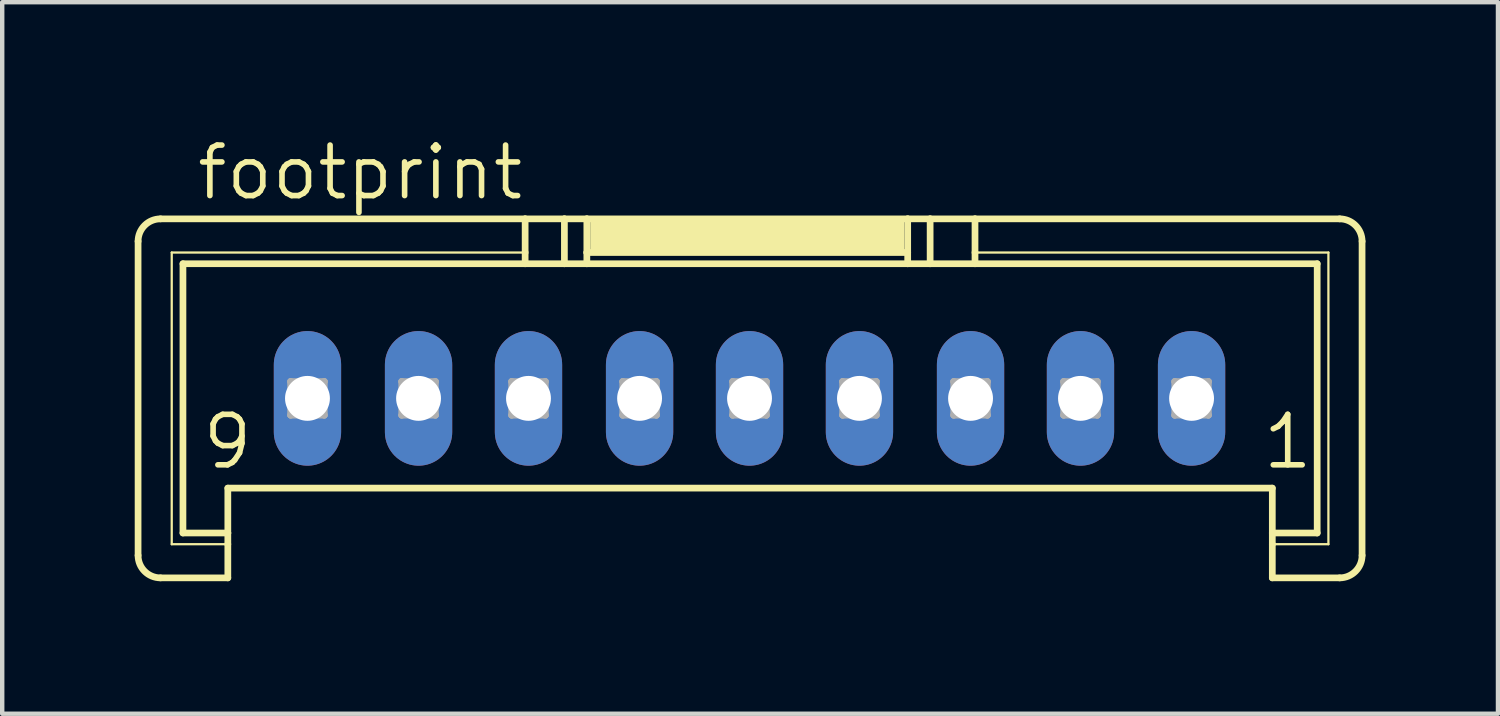
<source format=kicad_pcb>
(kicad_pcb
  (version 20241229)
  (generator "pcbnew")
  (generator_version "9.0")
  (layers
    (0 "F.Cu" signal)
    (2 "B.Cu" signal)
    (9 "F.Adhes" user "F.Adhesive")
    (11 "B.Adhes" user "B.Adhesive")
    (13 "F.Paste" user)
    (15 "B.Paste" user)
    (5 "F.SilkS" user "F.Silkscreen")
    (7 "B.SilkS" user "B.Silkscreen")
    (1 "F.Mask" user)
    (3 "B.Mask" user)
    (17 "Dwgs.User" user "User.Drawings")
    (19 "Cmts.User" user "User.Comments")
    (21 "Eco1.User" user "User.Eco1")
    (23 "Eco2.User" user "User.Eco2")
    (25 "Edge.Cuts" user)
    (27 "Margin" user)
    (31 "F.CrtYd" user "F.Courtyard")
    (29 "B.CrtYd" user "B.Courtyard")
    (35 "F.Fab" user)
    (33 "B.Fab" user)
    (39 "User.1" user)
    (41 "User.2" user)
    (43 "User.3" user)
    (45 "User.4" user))
  (footprint "footprint"
    (layer "F.Cu")
    (at 13.919 3.429)
    (property "Reference" "footprint" (at -12.573 -1.905 0) (layer "F.SilkS") (effects (font (size 1.143 1.143) (thickness 0.127)) (justify left bottom)))
    (fp_line (start -13.843 6.096) (end -13.843 -1.016) (stroke (width 0.152) (type solid)) (layer "F.SilkS"))
    (fp_line (start -13.335 -1.524) (end -5.08 -1.524) (stroke (width 0.152) (type solid)) (layer "F.SilkS"))
    (fp_line (start -13.081 -0.762) (end -5.08 -0.762) (stroke (width 0.051) (type solid)) (layer "F.SilkS"))
    (fp_line (start -13.081 5.842) (end -13.081 -0.762) (stroke (width 0.051) (type solid)) (layer "F.SilkS"))
    (fp_line (start -12.827 -0.508) (end -5.08 -0.508) (stroke (width 0.152) (type solid)) (layer "F.SilkS"))
    (fp_line (start -12.827 5.588) (end -12.827 -0.508) (stroke (width 0.152) (type solid)) (layer "F.SilkS"))
    (fp_line (start -11.811 5.588) (end -12.827 5.588) (stroke (width 0.152) (type solid)) (layer "F.SilkS"))
    (fp_line (start -11.811 5.588) (end -11.811 4.572) (stroke (width 0.152) (type solid)) (layer "F.SilkS"))
    (fp_line (start -11.811 5.588) (end -11.811 5.842) (stroke (width 0.152) (type solid)) (layer "F.SilkS"))
    (fp_line (start -11.811 5.842) (end -13.081 5.842) (stroke (width 0.051) (type solid)) (layer "F.SilkS"))
    (fp_line (start -11.811 5.842) (end -11.811 6.604) (stroke (width 0.152) (type solid)) (layer "F.SilkS"))
    (fp_line (start -11.811 6.604) (end -13.335 6.604) (stroke (width 0.152) (type solid)) (layer "F.SilkS"))
    (fp_line (start -5.08 -1.524) (end -5.08 -0.762) (stroke (width 0.152) (type solid)) (layer "F.SilkS"))
    (fp_line (start -5.08 -1.524) (end -4.191 -1.524) (stroke (width 0.152) (type solid)) (layer "F.SilkS"))
    (fp_line (start -5.08 -0.762) (end -5.08 -0.508) (stroke (width 0.152) (type solid)) (layer "F.SilkS"))
    (fp_line (start -5.08 -0.508) (end -4.191 -0.508) (stroke (width 0.152) (type solid)) (layer "F.SilkS"))
    (fp_line (start -4.191 -1.524) (end -4.191 -0.508) (stroke (width 0.152) (type solid)) (layer "F.SilkS"))
    (fp_line (start -4.191 -1.524) (end -3.683 -1.524) (stroke (width 0.152) (type solid)) (layer "F.SilkS"))
    (fp_line (start -4.191 -0.508) (end -3.683 -0.508) (stroke (width 0.152) (type solid)) (layer "F.SilkS"))
    (fp_line (start -3.683 -1.524) (end -3.683 -0.762) (stroke (width 0.152) (type solid)) (layer "F.SilkS"))
    (fp_line (start -3.683 -1.524) (end 3.581 -1.524) (stroke (width 0.152) (type solid)) (layer "F.SilkS"))
    (fp_line (start -3.683 -0.762) (end -3.683 -0.508) (stroke (width 0.152) (type solid)) (layer "F.SilkS"))
    (fp_line (start -3.683 -0.762) (end 3.581 -0.762) (stroke (width 0.152) (type solid)) (layer "F.SilkS"))
    (fp_line (start -3.683 -0.508) (end 3.581 -0.508) (stroke (width 0.152) (type solid)) (layer "F.SilkS"))
    (fp_line (start 3.581 -1.524) (end 3.581 -0.762) (stroke (width 0.152) (type solid)) (layer "F.SilkS"))
    (fp_line (start 3.581 -1.524) (end 4.089 -1.524) (stroke (width 0.152) (type solid)) (layer "F.SilkS"))
    (fp_line (start 3.581 -0.762) (end 3.581 -0.508) (stroke (width 0.152) (type solid)) (layer "F.SilkS"))
    (fp_line (start 3.581 -0.508) (end 4.089 -0.508) (stroke (width 0.152) (type solid)) (layer "F.SilkS"))
    (fp_line (start 4.089 -1.524) (end 4.089 -0.508) (stroke (width 0.152) (type solid)) (layer "F.SilkS"))
    (fp_line (start 4.089 -1.524) (end 5.105 -1.524) (stroke (width 0.152) (type solid)) (layer "F.SilkS"))
    (fp_line (start 4.089 -0.508) (end 5.105 -0.508) (stroke (width 0.152) (type solid)) (layer "F.SilkS"))
    (fp_line (start 5.105 -1.524) (end 5.105 -0.762) (stroke (width 0.152) (type solid)) (layer "F.SilkS"))
    (fp_line (start 5.105 -1.524) (end 13.36 -1.524) (stroke (width 0.152) (type solid)) (layer "F.SilkS"))
    (fp_line (start 5.105 -0.762) (end 5.105 -0.508) (stroke (width 0.152) (type solid)) (layer "F.SilkS"))
    (fp_line (start 5.105 -0.762) (end 13.106 -0.762) (stroke (width 0.051) (type solid)) (layer "F.SilkS"))
    (fp_line (start 5.105 -0.508) (end 12.852 -0.508) (stroke (width 0.152) (type solid)) (layer "F.SilkS"))
    (fp_line (start 11.836 4.572) (end -11.811 4.572) (stroke (width 0.152) (type solid)) (layer "F.SilkS"))
    (fp_line (start 11.836 5.588) (end 11.836 4.572) (stroke (width 0.152) (type solid)) (layer "F.SilkS"))
    (fp_line (start 11.836 5.842) (end 11.836 5.588) (stroke (width 0.152) (type solid)) (layer "F.SilkS"))
    (fp_line (start 11.836 6.604) (end 11.836 5.842) (stroke (width 0.152) (type solid)) (layer "F.SilkS"))
    (fp_line (start 12.852 -0.508) (end 12.852 5.588) (stroke (width 0.152) (type solid)) (layer "F.SilkS"))
    (fp_line (start 12.852 5.588) (end 11.836 5.588) (stroke (width 0.152) (type solid)) (layer "F.SilkS"))
    (fp_line (start 13.106 -0.762) (end 13.106 5.842) (stroke (width 0.051) (type solid)) (layer "F.SilkS"))
    (fp_line (start 13.106 5.842) (end 11.836 5.842) (stroke (width 0.051) (type solid)) (layer "F.SilkS"))
    (fp_line (start 13.36 6.604) (end 11.836 6.604) (stroke (width 0.152) (type solid)) (layer "F.SilkS"))
    (fp_line (start 13.868 -1.016) (end 13.868 6.096) (stroke (width 0.152) (type solid)) (layer "F.SilkS"))
    (fp_arc (start -13.843 -1.016) (mid -13.69421 -1.37521) (end -13.335 -1.524) (stroke (width 0.1524) (type solid)) (layer "F.SilkS"))
    (fp_arc (start -13.335 6.604) (mid -13.69421 6.45521) (end -13.843 6.096) (stroke (width 0.1524) (type solid)) (layer "F.SilkS"))
    (fp_arc (start 13.3604 -1.524) (mid 13.71961 -1.37521) (end 13.8684 -1.016) (stroke (width 0.1524) (type solid)) (layer "F.SilkS"))
    (fp_arc (start 13.8684 6.096) (mid 13.71961 6.45521) (end 13.3604 6.604) (stroke (width 0.1524) (type solid)) (layer "F.SilkS"))
    (fp_poly (pts (xy -3.607 -0.762) (xy 3.505 -0.762) (xy 3.505 -1.524) (xy -3.607 -1.524)) (stroke (width 0) (type solid)) (fill yes) (layer "F.SilkS"))
    (fp_line (start -10.389 2.159) (end -10.389 2.921) (stroke (width 0.152) (type solid)) (layer "F.Fab"))
    (fp_line (start -10.389 2.159) (end -9.627 2.921) (stroke (width 0.152) (type solid)) (layer "F.Fab"))
    (fp_line (start -10.389 2.921) (end -9.627 2.921) (stroke (width 0.152) (type solid)) (layer "F.Fab"))
    (fp_line (start -9.627 2.159) (end -10.389 2.159) (stroke (width 0.152) (type solid)) (layer "F.Fab"))
    (fp_line (start -9.627 2.159) (end -10.389 2.921) (stroke (width 0.152) (type solid)) (layer "F.Fab"))
    (fp_line (start -9.627 2.921) (end -9.627 2.159) (stroke (width 0.152) (type solid)) (layer "F.Fab"))
    (fp_line (start -7.874 2.159) (end -7.874 2.921) (stroke (width 0.152) (type solid)) (layer "F.Fab"))
    (fp_line (start -7.874 2.159) (end -7.112 2.921) (stroke (width 0.152) (type solid)) (layer "F.Fab"))
    (fp_line (start -7.874 2.921) (end -7.112 2.921) (stroke (width 0.152) (type solid)) (layer "F.Fab"))
    (fp_line (start -7.112 2.159) (end -7.874 2.159) (stroke (width 0.152) (type solid)) (layer "F.Fab"))
    (fp_line (start -7.112 2.159) (end -7.874 2.921) (stroke (width 0.152) (type solid)) (layer "F.Fab"))
    (fp_line (start -7.112 2.921) (end -7.112 2.159) (stroke (width 0.152) (type solid)) (layer "F.Fab"))
    (fp_line (start -5.385 2.159) (end -5.385 2.921) (stroke (width 0.152) (type solid)) (layer "F.Fab"))
    (fp_line (start -5.385 2.159) (end -4.623 2.921) (stroke (width 0.152) (type solid)) (layer "F.Fab"))
    (fp_line (start -5.385 2.921) (end -4.623 2.921) (stroke (width 0.152) (type solid)) (layer "F.Fab"))
    (fp_line (start -4.623 2.159) (end -5.385 2.159) (stroke (width 0.152) (type solid)) (layer "F.Fab"))
    (fp_line (start -4.623 2.159) (end -5.385 2.921) (stroke (width 0.152) (type solid)) (layer "F.Fab"))
    (fp_line (start -4.623 2.921) (end -4.623 2.159) (stroke (width 0.152) (type solid)) (layer "F.Fab"))
    (fp_line (start -2.87 2.159) (end -2.87 2.921) (stroke (width 0.152) (type solid)) (layer "F.Fab"))
    (fp_line (start -2.87 2.159) (end -2.108 2.921) (stroke (width 0.152) (type solid)) (layer "F.Fab"))
    (fp_line (start -2.87 2.921) (end -2.108 2.921) (stroke (width 0.152) (type solid)) (layer "F.Fab"))
    (fp_line (start -2.108 2.159) (end -2.87 2.159) (stroke (width 0.152) (type solid)) (layer "F.Fab"))
    (fp_line (start -2.108 2.159) (end -2.87 2.921) (stroke (width 0.152) (type solid)) (layer "F.Fab"))
    (fp_line (start -2.108 2.921) (end -2.108 2.159) (stroke (width 0.152) (type solid)) (layer "F.Fab"))
    (fp_line (start -0.381 2.159) (end -0.381 2.921) (stroke (width 0.152) (type solid)) (layer "F.Fab"))
    (fp_line (start -0.381 2.159) (end 0.381 2.921) (stroke (width 0.152) (type solid)) (layer "F.Fab"))
    (fp_line (start -0.381 2.921) (end 0.381 2.921) (stroke (width 0.152) (type solid)) (layer "F.Fab"))
    (fp_line (start 0.381 2.159) (end -0.381 2.159) (stroke (width 0.152) (type solid)) (layer "F.Fab"))
    (fp_line (start 0.381 2.159) (end -0.381 2.921) (stroke (width 0.152) (type solid)) (layer "F.Fab"))
    (fp_line (start 0.381 2.921) (end 0.381 2.159) (stroke (width 0.152) (type solid)) (layer "F.Fab"))
    (fp_line (start 2.108 2.159) (end 2.108 2.921) (stroke (width 0.152) (type solid)) (layer "F.Fab"))
    (fp_line (start 2.108 2.159) (end 2.87 2.921) (stroke (width 0.152) (type solid)) (layer "F.Fab"))
    (fp_line (start 2.108 2.921) (end 2.87 2.921) (stroke (width 0.152) (type solid)) (layer "F.Fab"))
    (fp_line (start 2.87 2.159) (end 2.108 2.159) (stroke (width 0.152) (type solid)) (layer "F.Fab"))
    (fp_line (start 2.87 2.159) (end 2.108 2.921) (stroke (width 0.152) (type solid)) (layer "F.Fab"))
    (fp_line (start 2.87 2.921) (end 2.87 2.159) (stroke (width 0.152) (type solid)) (layer "F.Fab"))
    (fp_line (start 4.623 2.159) (end 4.623 2.921) (stroke (width 0.152) (type solid)) (layer "F.Fab"))
    (fp_line (start 4.623 2.159) (end 5.385 2.921) (stroke (width 0.152) (type solid)) (layer "F.Fab"))
    (fp_line (start 4.623 2.921) (end 5.385 2.921) (stroke (width 0.152) (type solid)) (layer "F.Fab"))
    (fp_line (start 5.385 2.159) (end 4.623 2.159) (stroke (width 0.152) (type solid)) (layer "F.Fab"))
    (fp_line (start 5.385 2.159) (end 4.623 2.921) (stroke (width 0.152) (type solid)) (layer "F.Fab"))
    (fp_line (start 5.385 2.921) (end 5.385 2.159) (stroke (width 0.152) (type solid)) (layer "F.Fab"))
    (fp_line (start 7.112 2.159) (end 7.112 2.921) (stroke (width 0.152) (type solid)) (layer "F.Fab"))
    (fp_line (start 7.112 2.159) (end 7.874 2.921) (stroke (width 0.152) (type solid)) (layer "F.Fab"))
    (fp_line (start 7.112 2.921) (end 7.874 2.921) (stroke (width 0.152) (type solid)) (layer "F.Fab"))
    (fp_line (start 7.874 2.159) (end 7.112 2.159) (stroke (width 0.152) (type solid)) (layer "F.Fab"))
    (fp_line (start 7.874 2.159) (end 7.112 2.921) (stroke (width 0.152) (type solid)) (layer "F.Fab"))
    (fp_line (start 7.874 2.921) (end 7.874 2.159) (stroke (width 0.152) (type solid)) (layer "F.Fab"))
    (fp_line (start 9.627 2.159) (end 9.627 2.921) (stroke (width 0.152) (type solid)) (layer "F.Fab"))
    (fp_line (start 9.627 2.159) (end 10.389 2.921) (stroke (width 0.152) (type solid)) (layer "F.Fab"))
    (fp_line (start 9.627 2.921) (end 10.389 2.921) (stroke (width 0.152) (type solid)) (layer "F.Fab"))
    (fp_line (start 10.389 2.159) (end 9.627 2.159) (stroke (width 0.152) (type solid)) (layer "F.Fab"))
    (fp_line (start 10.389 2.159) (end 9.627 2.921) (stroke (width 0.152) (type solid)) (layer "F.Fab"))
    (fp_line (start 10.389 2.921) (end 10.389 2.159) (stroke (width 0.152) (type solid)) (layer "F.Fab"))
    (fp_text user "9" (at -12.446 4.191 0) (layer "F.SilkS") (effects (font (size 1.143 1.143) (thickness 0.127)) (justify left bottom)))
    (fp_text user "1" (at 11.557 4.191 0) (layer "F.SilkS") (effects (font (size 1.143 1.143) (thickness 0.127)) (justify left bottom)))
    (pad "1" thru_hole oval (at 10.008 2.54 90) (size 3.048 1.524) (drill 1.016) (layers "*.Cu" "*.Mask"))
    (pad "2" thru_hole oval (at 7.493 2.54 90) (size 3.048 1.524) (drill 1.016) (layers "*.Cu" "*.Mask"))
    (pad "3" thru_hole oval (at 5.004 2.54 90) (size 3.048 1.524) (drill 1.016) (layers "*.Cu" "*.Mask"))
    (pad "4" thru_hole oval (at 2.489 2.54 90) (size 3.048 1.524) (drill 1.016) (layers "*.Cu" "*.Mask"))
    (pad "5" thru_hole oval (at 0 2.54 90) (size 3.048 1.524) (drill 1.016) (layers "*.Cu" "*.Mask"))
    (pad "6" thru_hole oval (at -2.489 2.54 90) (size 3.048 1.524) (drill 1.016) (layers "*.Cu" "*.Mask"))
    (pad "7" thru_hole oval (at -5.004 2.54 90) (size 3.048 1.524) (drill 1.016) (layers "*.Cu" "*.Mask"))
    (pad "8" thru_hole oval (at -7.493 2.54 90) (size 3.048 1.524) (drill 1.016) (layers "*.Cu" "*.Mask"))
    (pad "9" thru_hole oval (at -10.008 2.54 90) (size 3.048 1.524) (drill 1.016) (layers "*.Cu" "*.Mask")))
  (gr_rect
    (start -3 -3)
    (end 30.864 13.109)
    (stroke (width 0.1) (type default))
    (fill no)
    (layer "Edge.Cuts")))
</source>
